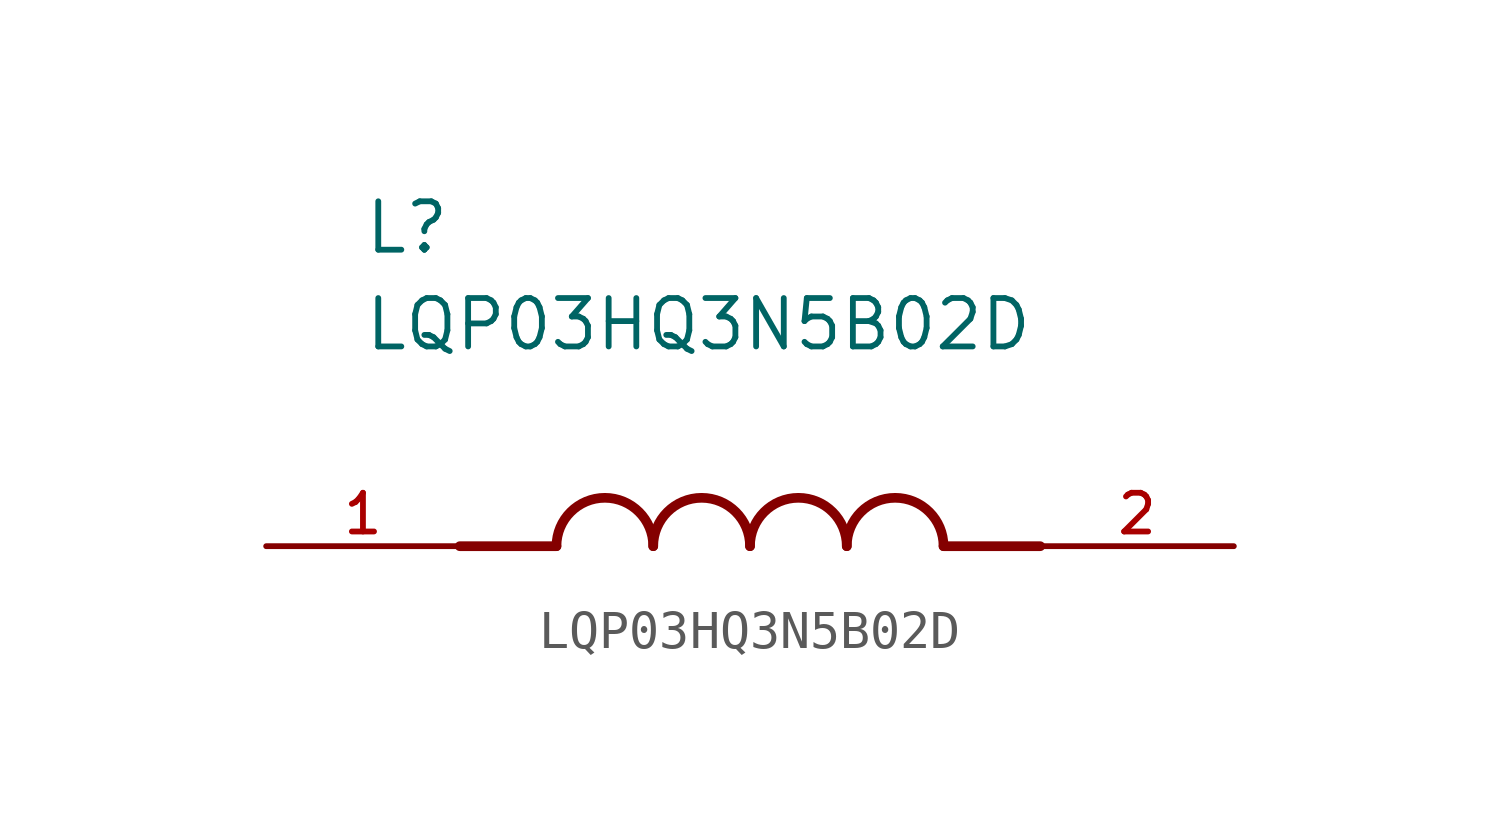
<source format=kicad_sym>
(kicad_symbol_lib
  (version 20211014)
  (generator kicad_symbol_editor)
  (symbol "LQP03HQ3N5B02D"
    (pin_names
      (offset 1.016))
    (property "Reference" "L"
      (at -10.16 7.62 0)
      (effects (font (size 1.27 1.27)) (justify bottom left)))
    (property "Value" "LQP03HQ3N5B02D"
      (at -10.16 5.08 0)
      (effects (font (size 1.27 1.27)) (justify bottom left)))
    (symbol "LQP03HQ3N5B02D_0_0"
      (polyline (pts (xy -5.08 0.0) (xy -7.62 0.0)) (stroke (width 0.254)))
      (polyline (pts (xy 5.08 0.0) (xy 7.62 0.0)) (stroke (width 0.254)))
      (arc (start -2.54 0.0) (mid -3.81 1.27) (end -5.08 0.0) (stroke (width 0.254) (type default) (color 0 0 0 0)) (fill (type none)))
      (arc (start 0.0 0.0) (mid -1.27 1.27) (end -2.54 0.0) (stroke (width 0.254) (type default) (color 0 0 0 0)) (fill (type none)))
      (arc (start 2.54 0.0) (mid 1.27 1.27) (end 0.0 0.0) (stroke (width 0.254) (type default) (color 0 0 0 0)) (fill (type none)))
      (arc (start 5.08 0.0) (mid 3.81 1.27) (end 2.54 0.0) (stroke (width 0.254) (type default) (color 0 0 0 0)) (fill (type none)))
      (pin passive line (at -12.7 0.0 0) (length 5.08) (name "~" (effects (font (size 1.016 1.016)))) (number "1" (effects (font (size 1.016 1.016)))))
      (pin passive line (at 12.7 0.0 180.0) (length 5.08) (name "~" (effects (font (size 1.016 1.016)))) (number "2" (effects (font (size 1.016 1.016))))))))
</source>
